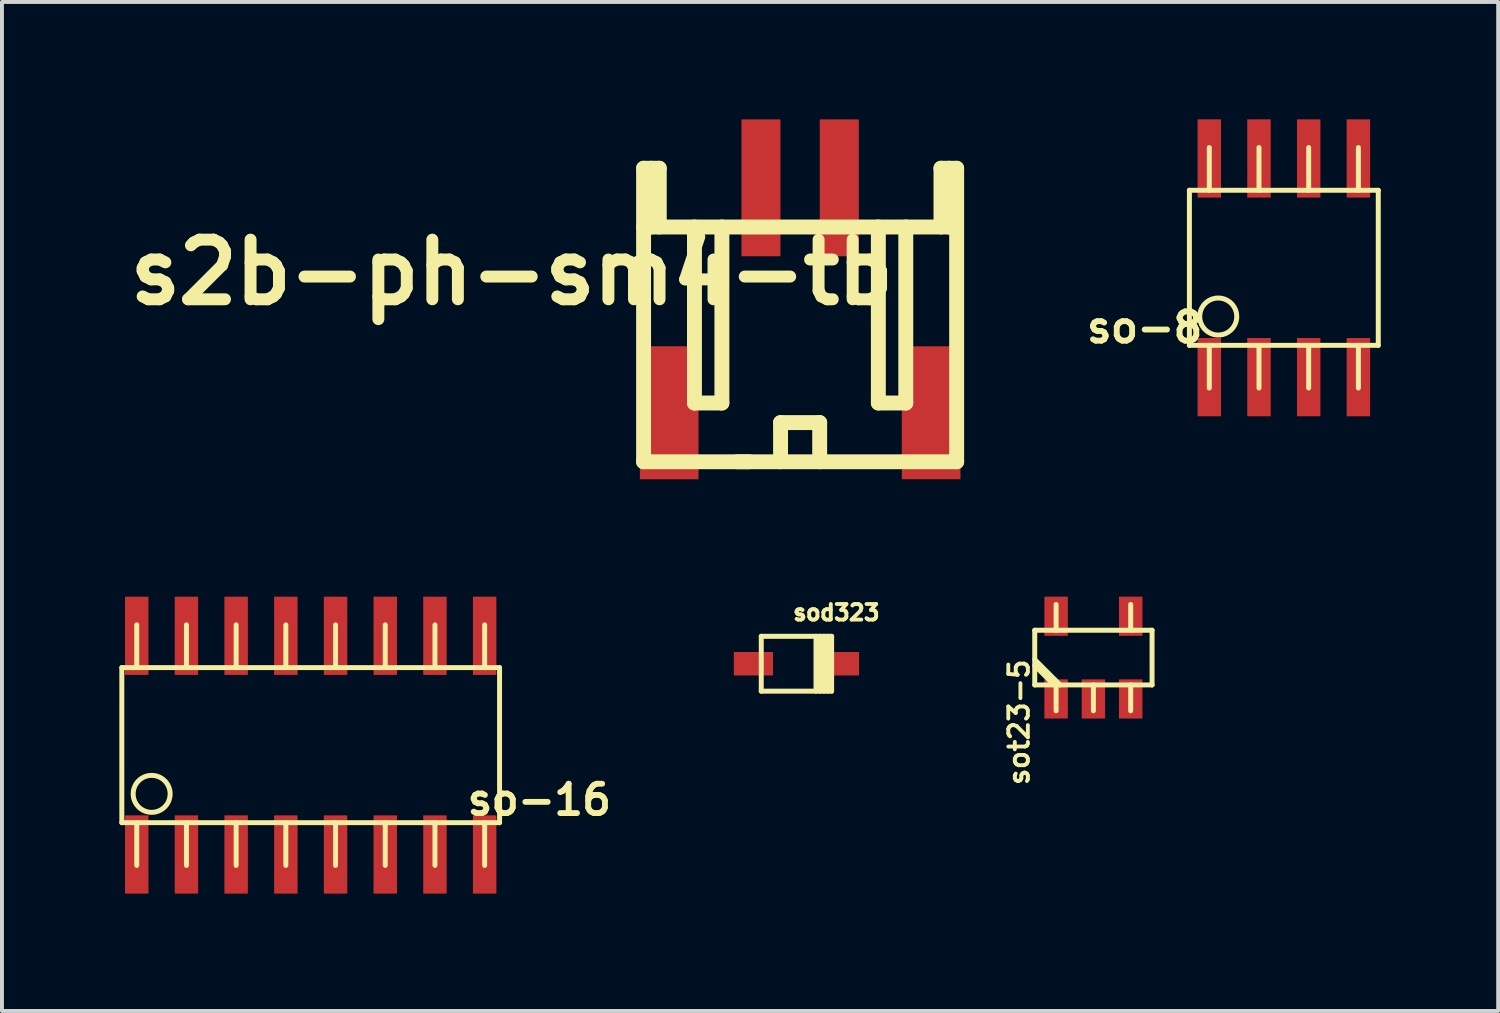
<source format=kicad_pcb>
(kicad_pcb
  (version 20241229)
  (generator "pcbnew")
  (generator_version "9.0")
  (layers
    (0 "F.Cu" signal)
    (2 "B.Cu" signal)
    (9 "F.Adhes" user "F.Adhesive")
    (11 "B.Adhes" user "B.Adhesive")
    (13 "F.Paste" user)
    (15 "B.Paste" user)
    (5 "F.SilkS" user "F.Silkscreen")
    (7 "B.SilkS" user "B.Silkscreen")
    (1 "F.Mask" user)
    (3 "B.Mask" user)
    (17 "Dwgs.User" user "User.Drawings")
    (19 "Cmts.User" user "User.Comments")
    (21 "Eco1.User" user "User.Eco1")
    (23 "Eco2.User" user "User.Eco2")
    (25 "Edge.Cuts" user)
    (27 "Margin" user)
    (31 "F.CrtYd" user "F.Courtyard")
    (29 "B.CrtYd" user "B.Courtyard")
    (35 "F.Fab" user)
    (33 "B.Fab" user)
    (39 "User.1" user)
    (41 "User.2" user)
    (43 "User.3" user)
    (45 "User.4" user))
  (footprint "s2b-ph-sm4-tb"
    (layer "F.Cu")
    (at 17.395 1.749)
    (property "Reference" "s2b-ph-sm4-tb" (at -7.366 2.159 0) (layer "F.SilkS") (effects (font (size 1.524 1.524) (thickness 0.305))))
    (attr smd)
    (fp_line (start -4 7) (end -4 -0.5) (stroke (width 0.381) (type solid)) (layer "F.SilkS"))
    (fp_line (start -4 7) (end 4 7) (stroke (width 0.381) (type solid)) (layer "F.SilkS"))
    (fp_line (start -3.8 -0.5) (end -3.8 1.001) (stroke (width 0.381) (type solid)) (layer "F.SilkS"))
    (fp_line (start -3.599 -0.5) (end -4 -0.5) (stroke (width 0.381) (type solid)) (layer "F.SilkS"))
    (fp_line (start -3.599 1.001) (end -3.599 -0.5) (stroke (width 0.381) (type solid)) (layer "F.SilkS"))
    (fp_line (start -2.7 5.499) (end -2.7 1.001) (stroke (width 0.381) (type solid)) (layer "F.SilkS"))
    (fp_line (start -1.999 1.001) (end -1.999 5.499) (stroke (width 0.381) (type solid)) (layer "F.SilkS"))
    (fp_line (start -1.999 5.499) (end -2.7 5.499) (stroke (width 0.381) (type solid)) (layer "F.SilkS"))
    (fp_line (start -1.3 7) (end -1.6 7) (stroke (width 0.381) (type solid)) (layer "F.SilkS"))
    (fp_line (start -0.5 5.999) (end 0.5 5.999) (stroke (width 0.381) (type solid)) (layer "F.SilkS"))
    (fp_line (start -0.5 7) (end -0.5 5.999) (stroke (width 0.381) (type solid)) (layer "F.SilkS"))
    (fp_line (start 0.5 5.999) (end 0.5 7) (stroke (width 0.381) (type solid)) (layer "F.SilkS"))
    (fp_line (start 1.999 1.001) (end 1.999 5.499) (stroke (width 0.381) (type solid)) (layer "F.SilkS"))
    (fp_line (start 1.999 5.499) (end 2.7 5.499) (stroke (width 0.381) (type solid)) (layer "F.SilkS"))
    (fp_line (start 2.7 5.499) (end 2.7 1.001) (stroke (width 0.381) (type solid)) (layer "F.SilkS"))
    (fp_line (start 3.599 -0.5) (end 3.599 1.001) (stroke (width 0.381) (type solid)) (layer "F.SilkS"))
    (fp_line (start 3.8 1.001) (end 3.8 -0.5) (stroke (width 0.381) (type solid)) (layer "F.SilkS"))
    (fp_line (start 4 -0.5) (end 3.599 -0.5) (stroke (width 0.381) (type solid)) (layer "F.SilkS"))
    (fp_line (start 4 -0.5) (end 4 7) (stroke (width 0.381) (type solid)) (layer "F.SilkS"))
    (fp_line (start 4 1.001) (end -4 1.001) (stroke (width 0.381) (type solid)) (layer "F.SilkS"))
    (pad "1" smd rect (at -1.001 0) (size 0.996 3.498) (layers "F.Cu" "F.Mask" "F.Paste"))
    (pad "2" smd rect (at -3.345 5.748) (size 1.499 3.399) (layers "F.Cu" "F.Mask" "F.Paste"))
    (pad "2" smd rect (at 1.001 0) (size 0.998 3.498) (layers "F.Cu" "F.Mask" "F.Paste"))
    (pad "2" smd rect (at 3.348 5.748) (size 1.499 3.396) (layers "F.Cu" "F.Mask" "F.Paste")))
  (footprint "sot23-5"
    (layer "F.Cu")
    (at 24.889 13.753)
    (property "Reference" "sot23-5" (at -1.901 1.654 270) (layer "F.SilkS") (effects (font (size 0.5 0.5) (thickness 0.099))))
    (attr smd)
    (fp_line (start -1.499 -0.699) (end 1.499 -0.699) (stroke (width 0.127) (type solid)) (layer "F.SilkS"))
    (fp_line (start -1.499 0.699) (end -1.499 -0.699) (stroke (width 0.127) (type solid)) (layer "F.SilkS"))
    (fp_line (start -1.003 0.699) (end -1.499 0.203) (stroke (width 0.127) (type solid)) (layer "F.SilkS"))
    (fp_line (start -0.953 -0.699) (end -0.953 -1.359) (stroke (width 0.127) (type solid)) (layer "F.SilkS"))
    (fp_line (start -0.953 0.699) (end -0.953 1.359) (stroke (width 0.127) (type solid)) (layer "F.SilkS"))
    (fp_line (start -0.851 0.699) (end -1.499 0.051) (stroke (width 0.127) (type solid)) (layer "F.SilkS"))
    (fp_line (start 0 0.699) (end 0 1.359) (stroke (width 0.127) (type solid)) (layer "F.SilkS"))
    (fp_line (start 0.953 -0.699) (end 0.953 -1.359) (stroke (width 0.127) (type solid)) (layer "F.SilkS"))
    (fp_line (start 0.953 0.699) (end 0.953 1.359) (stroke (width 0.127) (type solid)) (layer "F.SilkS"))
    (fp_line (start 1.499 -0.699) (end 1.499 0.699) (stroke (width 0.127) (type solid)) (layer "F.SilkS"))
    (fp_line (start 1.499 0.699) (end -1.499 0.699) (stroke (width 0.127) (type solid)) (layer "F.SilkS"))
    (pad "1" smd rect (at -0.953 1.057) (size 0.599 1.001) (layers "F.Cu" "F.Mask" "F.Paste"))
    (pad "2" smd rect (at 0 1.057) (size 0.599 1.001) (layers "F.Cu" "F.Mask" "F.Paste"))
    (pad "3" smd rect (at 0.953 1.057) (size 0.599 1.001) (layers "F.Cu" "F.Mask" "F.Paste"))
    (pad "4" smd rect (at 0.953 -1.057) (size 0.599 1.001) (layers "F.Cu" "F.Mask" "F.Paste"))
    (pad "5" smd rect (at -0.953 -1.057) (size 0.599 1.001) (layers "F.Cu" "F.Mask" "F.Paste")))
  (footprint "so-8"
    (layer "F.Cu")
    (at 29.755 3.793)
    (property "Reference" "so-8" (at -3.556 1.524 0) (layer "F.SilkS") (effects (font (size 0.749 0.749) (thickness 0.15))))
    (attr smd)
    (fp_line (start -2.413 -1.981) (end -2.413 1.981) (stroke (width 0.127) (type solid)) (layer "F.SilkS"))
    (fp_line (start -2.413 1.981) (end 2.413 1.981) (stroke (width 0.127) (type solid)) (layer "F.SilkS"))
    (fp_line (start -1.905 -1.981) (end -1.905 -3.073) (stroke (width 0.127) (type solid)) (layer "F.SilkS"))
    (fp_line (start -1.905 3.073) (end -1.905 1.981) (stroke (width 0.127) (type solid)) (layer "F.SilkS"))
    (fp_line (start -0.635 -1.981) (end -0.635 -3.073) (stroke (width 0.127) (type solid)) (layer "F.SilkS"))
    (fp_line (start -0.635 3.073) (end -0.635 1.981) (stroke (width 0.127) (type solid)) (layer "F.SilkS"))
    (fp_line (start 0.635 -1.981) (end 0.635 -3.073) (stroke (width 0.127) (type solid)) (layer "F.SilkS"))
    (fp_line (start 0.635 3.073) (end 0.635 1.981) (stroke (width 0.127) (type solid)) (layer "F.SilkS"))
    (fp_line (start 1.905 -3.073) (end 1.905 -1.981) (stroke (width 0.127) (type solid)) (layer "F.SilkS"))
    (fp_line (start 1.905 1.981) (end 1.905 3.073) (stroke (width 0.127) (type solid)) (layer "F.SilkS"))
    (fp_line (start 2.413 -1.981) (end -2.413 -1.981) (stroke (width 0.127) (type solid)) (layer "F.SilkS"))
    (fp_line (start 2.413 1.981) (end 2.413 -1.981) (stroke (width 0.127) (type solid)) (layer "F.SilkS"))
    (fp_circle (center -1.676 1.245) (end -1.956 1.626) (stroke (width 0.127) (type solid)) (fill no) (layer "F.SilkS"))
    (pad "1" smd rect (at -1.905 2.794) (size 0.599 1.999) (layers "F.Cu" "F.Mask" "F.Paste"))
    (pad "2" smd rect (at -0.635 2.794) (size 0.599 1.999) (layers "F.Cu" "F.Mask" "F.Paste"))
    (pad "3" smd rect (at 0.635 2.794) (size 0.599 1.999) (layers "F.Cu" "F.Mask" "F.Paste"))
    (pad "4" smd rect (at 1.905 2.794) (size 0.599 1.999) (layers "F.Cu" "F.Mask" "F.Paste"))
    (pad "5" smd rect (at 1.905 -2.794) (size 0.599 1.999) (layers "F.Cu" "F.Mask" "F.Paste"))
    (pad "6" smd rect (at 0.635 -2.794) (size 0.599 1.999) (layers "F.Cu" "F.Mask" "F.Paste"))
    (pad "7" smd rect (at -0.635 -2.794) (size 0.599 1.999) (layers "F.Cu" "F.Mask" "F.Paste"))
    (pad "8" smd rect (at -1.905 -2.794) (size 0.599 1.999) (layers "F.Cu" "F.Mask" "F.Paste")))
  (footprint "so-16"
    (layer "F.Cu")
    (at 4.889 15.99)
    (property "Reference" "so-16" (at 5.842 1.397 0) (layer "F.SilkS") (effects (font (size 0.749 0.749) (thickness 0.15))))
    (attr smd)
    (fp_line (start -4.826 -1.981) (end -4.826 1.981) (stroke (width 0.127) (type solid)) (layer "F.SilkS"))
    (fp_line (start -4.826 1.981) (end 4.826 1.981) (stroke (width 0.127) (type solid)) (layer "F.SilkS"))
    (fp_line (start -4.445 -3.073) (end -4.445 -1.981) (stroke (width 0.127) (type solid)) (layer "F.SilkS"))
    (fp_line (start -4.445 1.981) (end -4.445 3.073) (stroke (width 0.127) (type solid)) (layer "F.SilkS"))
    (fp_line (start -3.175 -1.981) (end -3.175 -3.073) (stroke (width 0.127) (type solid)) (layer "F.SilkS"))
    (fp_line (start -3.175 3.073) (end -3.175 1.981) (stroke (width 0.127) (type solid)) (layer "F.SilkS"))
    (fp_line (start -1.905 -1.981) (end -1.905 -3.073) (stroke (width 0.127) (type solid)) (layer "F.SilkS"))
    (fp_line (start -1.905 3.073) (end -1.905 1.981) (stroke (width 0.127) (type solid)) (layer "F.SilkS"))
    (fp_line (start -0.635 -1.981) (end -0.635 -3.073) (stroke (width 0.127) (type solid)) (layer "F.SilkS"))
    (fp_line (start -0.635 3.073) (end -0.635 1.981) (stroke (width 0.127) (type solid)) (layer "F.SilkS"))
    (fp_line (start 0.635 -1.981) (end 0.635 -3.073) (stroke (width 0.127) (type solid)) (layer "F.SilkS"))
    (fp_line (start 0.635 3.073) (end 0.635 1.981) (stroke (width 0.127) (type solid)) (layer "F.SilkS"))
    (fp_line (start 1.905 -3.073) (end 1.905 -1.981) (stroke (width 0.127) (type solid)) (layer "F.SilkS"))
    (fp_line (start 1.905 1.981) (end 1.905 3.073) (stroke (width 0.127) (type solid)) (layer "F.SilkS"))
    (fp_line (start 3.175 -3.073) (end 3.175 -1.981) (stroke (width 0.127) (type solid)) (layer "F.SilkS"))
    (fp_line (start 3.175 1.981) (end 3.175 3.073) (stroke (width 0.127) (type solid)) (layer "F.SilkS"))
    (fp_line (start 4.445 -3.073) (end 4.445 -1.981) (stroke (width 0.127) (type solid)) (layer "F.SilkS"))
    (fp_line (start 4.445 1.981) (end 4.445 3.073) (stroke (width 0.127) (type solid)) (layer "F.SilkS"))
    (fp_line (start 4.826 -1.981) (end -4.826 -1.981) (stroke (width 0.127) (type solid)) (layer "F.SilkS"))
    (fp_line (start 4.826 1.981) (end 4.826 -1.981) (stroke (width 0.127) (type solid)) (layer "F.SilkS"))
    (fp_circle (center -4.064 1.245) (end -4.343 1.626) (stroke (width 0.127) (type solid)) (fill no) (layer "F.SilkS"))
    (pad "1" smd rect (at -4.445 2.794) (size 0.599 1.999) (layers "F.Cu" "F.Mask" "F.Paste"))
    (pad "2" smd rect (at -3.175 2.794) (size 0.599 1.999) (layers "F.Cu" "F.Mask" "F.Paste"))
    (pad "3" smd rect (at -1.905 2.794) (size 0.599 1.999) (layers "F.Cu" "F.Mask" "F.Paste"))
    (pad "4" smd rect (at -0.635 2.794) (size 0.599 1.999) (layers "F.Cu" "F.Mask" "F.Paste"))
    (pad "5" smd rect (at 0.635 2.794) (size 0.599 1.999) (layers "F.Cu" "F.Mask" "F.Paste"))
    (pad "6" smd rect (at 1.905 2.794) (size 0.599 1.999) (layers "F.Cu" "F.Mask" "F.Paste"))
    (pad "7" smd rect (at 3.175 2.794) (size 0.599 1.999) (layers "F.Cu" "F.Mask" "F.Paste"))
    (pad "8" smd rect (at 4.445 2.794) (size 0.599 1.999) (layers "F.Cu" "F.Mask" "F.Paste"))
    (pad "9" smd rect (at 4.445 -2.794) (size 0.599 1.999) (layers "F.Cu" "F.Mask" "F.Paste"))
    (pad "10" smd rect (at 3.175 -2.794) (size 0.599 1.999) (layers "F.Cu" "F.Mask" "F.Paste"))
    (pad "11" smd rect (at 1.905 -2.794) (size 0.599 1.999) (layers "F.Cu" "F.Mask" "F.Paste"))
    (pad "12" smd rect (at 0.635 -2.794) (size 0.599 1.999) (layers "F.Cu" "F.Mask" "F.Paste"))
    (pad "13" smd rect (at -0.635 -2.794) (size 0.599 1.999) (layers "F.Cu" "F.Mask" "F.Paste"))
    (pad "14" smd rect (at -1.905 -2.794) (size 0.599 1.999) (layers "F.Cu" "F.Mask" "F.Paste"))
    (pad "15" smd rect (at -3.175 -2.794) (size 0.599 1.999) (layers "F.Cu" "F.Mask" "F.Paste"))
    (pad "16" smd rect (at -4.445 -2.794) (size 0.599 1.999) (layers "F.Cu" "F.Mask" "F.Paste")))
  (footprint "sod323"
    (layer "F.Cu")
    (at 17.301 13.91)
    (property "Reference" "sod323" (at 1.02 -1.307 0) (layer "F.SilkS") (effects (font (size 0.399 0.399) (thickness 0.099))))
    (attr smd)
    (fp_line (start -0.899 -0.701) (end -0.899 0.701) (stroke (width 0.127) (type solid)) (layer "F.SilkS"))
    (fp_line (start -0.899 0.701) (end 0.899 0.701) (stroke (width 0.127) (type solid)) (layer "F.SilkS"))
    (fp_line (start 0.5 -0.701) (end 0.5 0.701) (stroke (width 0.127) (type solid)) (layer "F.SilkS"))
    (fp_line (start 0.599 -0.701) (end 0.599 0.701) (stroke (width 0.127) (type solid)) (layer "F.SilkS"))
    (fp_line (start 0.701 0.701) (end 0.701 -0.701) (stroke (width 0.127) (type solid)) (layer "F.SilkS"))
    (fp_line (start 0.8 -0.701) (end 0.8 0.701) (stroke (width 0.127) (type solid)) (layer "F.SilkS"))
    (fp_line (start 0.899 -0.701) (end -0.899 -0.701) (stroke (width 0.127) (type solid)) (layer "F.SilkS"))
    (fp_line (start 0.899 0.701) (end 0.899 -0.701) (stroke (width 0.127) (type solid)) (layer "F.SilkS"))
    (pad "1" smd rect (at -1.1 0) (size 1.001 0.599) (layers "F.Cu" "F.Mask" "F.Paste"))
    (pad "2" smd rect (at 1.1 0) (size 1.001 0.599) (layers "F.Cu" "F.Mask" "F.Paste")))
  (gr_rect
    (start -3 -3)
    (end 35.232 22.783)
    (stroke (width 0.1) (type default))
    (fill no)
    (layer "Edge.Cuts")))
</source>
